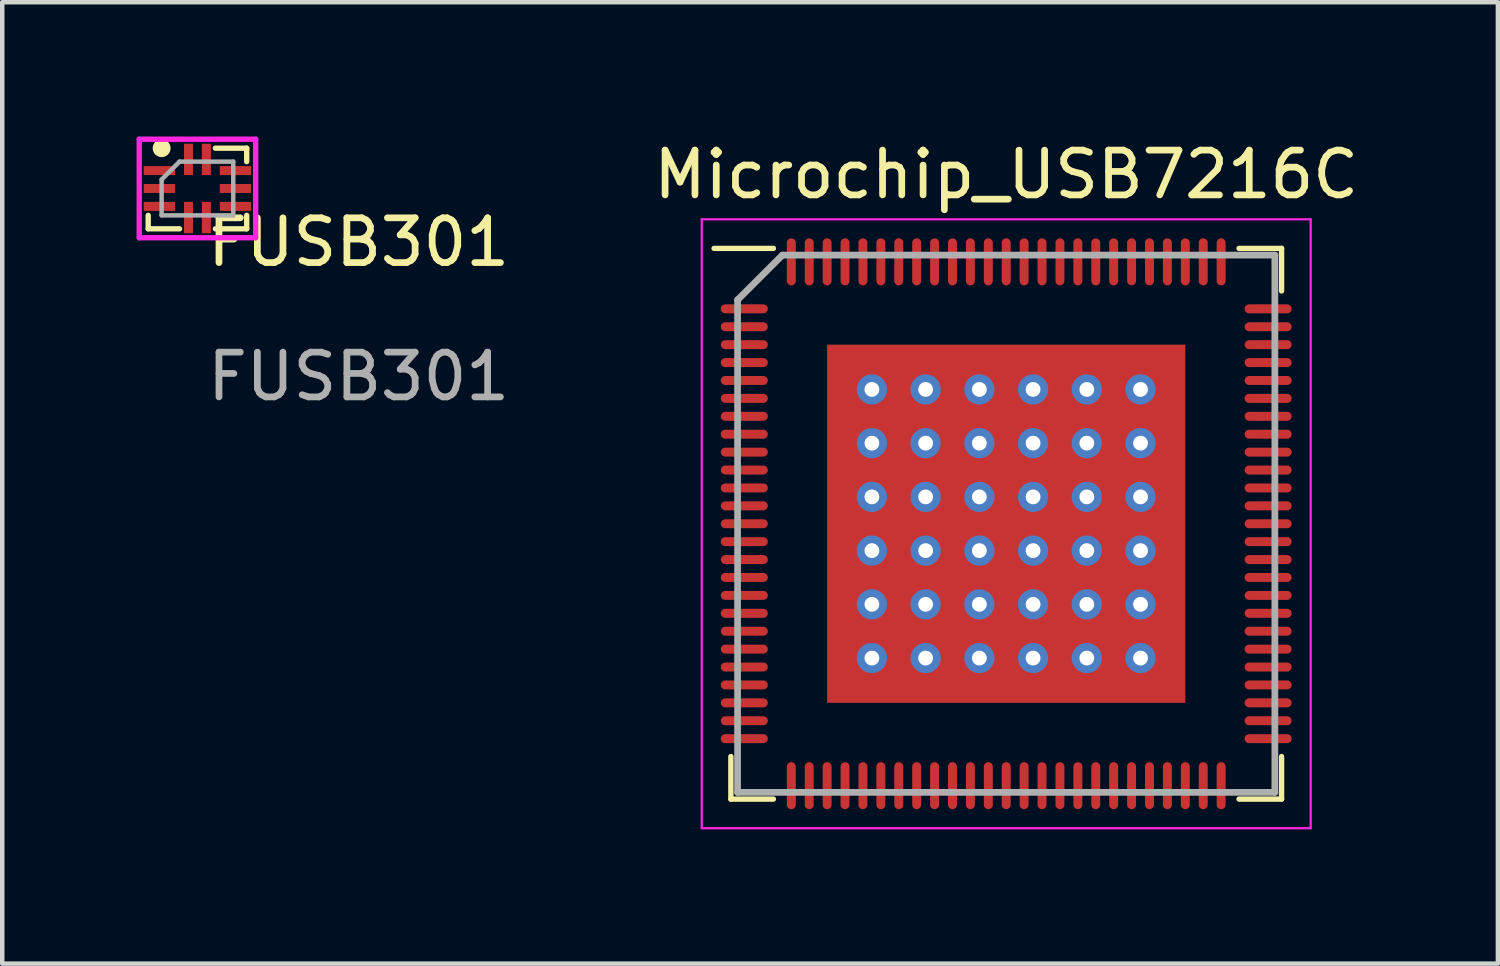
<source format=kicad_pcb>
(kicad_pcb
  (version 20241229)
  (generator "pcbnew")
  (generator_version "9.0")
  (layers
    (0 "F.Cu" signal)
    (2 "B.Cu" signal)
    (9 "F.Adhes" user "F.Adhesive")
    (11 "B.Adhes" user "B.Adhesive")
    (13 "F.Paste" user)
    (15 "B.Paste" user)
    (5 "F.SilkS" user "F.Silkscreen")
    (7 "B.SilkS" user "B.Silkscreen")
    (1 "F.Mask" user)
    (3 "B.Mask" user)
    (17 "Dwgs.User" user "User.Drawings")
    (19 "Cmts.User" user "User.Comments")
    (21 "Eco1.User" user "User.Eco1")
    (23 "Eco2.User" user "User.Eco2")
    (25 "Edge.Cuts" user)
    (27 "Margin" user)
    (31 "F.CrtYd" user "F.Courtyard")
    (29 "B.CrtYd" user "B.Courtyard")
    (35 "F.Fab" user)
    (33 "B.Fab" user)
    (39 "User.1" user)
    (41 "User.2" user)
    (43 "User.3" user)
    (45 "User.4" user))
  (footprint "FUSB301"
    (layer "F.Cu")
    (at 1.36 1.16)
    (property "Reference" "FUSB301" (at 3.6 1.2 0) (unlocked yes) (layer "F.SilkS") (effects (font (size 1 1) (thickness 0.15))))
    (fp_line (start -1.1 0.9) (end -1.1 0.6) (stroke (width 0.12) (type solid)) (layer "F.SilkS"))
    (fp_line (start -0.4 0.9) (end -1.1 0.9) (stroke (width 0.12) (type solid)) (layer "F.SilkS"))
    (fp_line (start 0.4 -0.9) (end 1.1 -0.9) (stroke (width 0.12) (type solid)) (layer "F.SilkS"))
    (fp_line (start 1.1 -0.9) (end 1.1 -0.6) (stroke (width 0.12) (type solid)) (layer "F.SilkS"))
    (fp_line (start 1.1 0.6) (end 1.1 0.9) (stroke (width 0.12) (type solid)) (layer "F.SilkS"))
    (fp_line (start 1.1 0.9) (end 0.4 0.9) (stroke (width 0.12) (type solid)) (layer "F.SilkS"))
    (fp_circle (center -0.8 -0.9) (end -0.7 -0.9) (stroke (width 0.2) (type solid)) (fill no) (layer "F.SilkS"))
    (fp_line (start -1.3 -1.1) (end 1.3 -1.1) (stroke (width 0.12) (type solid)) (layer "F.CrtYd"))
    (fp_line (start -1.3 1.1) (end -1.3 -1.1) (stroke (width 0.12) (type solid)) (layer "F.CrtYd"))
    (fp_line (start 1.3 -1.1) (end 1.3 1.1) (stroke (width 0.12) (type solid)) (layer "F.CrtYd"))
    (fp_line (start 1.3 1.1) (end -1.3 1.1) (stroke (width 0.12) (type solid)) (layer "F.CrtYd"))
    (fp_line (start -0.8 -0.2) (end -0.8 0.6) (stroke (width 0.1) (type solid)) (layer "F.Fab"))
    (fp_line (start -0.8 -0.2) (end -0.4 -0.6) (stroke (width 0.1) (type solid)) (layer "F.Fab"))
    (fp_line (start -0.8 0.6) (end 0.8 0.6) (stroke (width 0.1) (type solid)) (layer "F.Fab"))
    (fp_line (start -0.4 -0.6) (end 0.8 -0.6) (stroke (width 0.1) (type solid)) (layer "F.Fab"))
    (fp_line (start 0.8 -0.6) (end 0.8 0.6) (stroke (width 0.1) (type solid)) (layer "F.Fab"))
    (fp_text user "${REFERENCE}" (at 3.6 4.2 0) (unlocked yes) (layer "F.Fab") (effects (font (size 1 1) (thickness 0.15))))
    (pad "1" smd rect (at -0.85 -0.4) (size 0.7 0.2) (layers "F.Cu" "F.Mask" "F.Paste"))
    (pad "2" smd rect (at -0.85 0) (size 0.7 0.2) (layers "F.Cu" "F.Mask" "F.Paste"))
    (pad "3" smd rect (at -0.85 0.4) (size 0.7 0.2) (layers "F.Cu" "F.Mask" "F.Paste"))
    (pad "4" smd rect (at -0.2 0.65) (size 0.2 0.7) (layers "F.Cu" "F.Mask" "F.Paste"))
    (pad "5" smd rect (at 0.2 0.65) (size 0.2 0.7) (layers "F.Cu" "F.Mask" "F.Paste"))
    (pad "6" smd rect (at 0.85 0.4) (size 0.7 0.2) (layers "F.Cu" "F.Mask" "F.Paste"))
    (pad "7" smd rect (at 0.85 0) (size 0.7 0.2) (layers "F.Cu" "F.Mask" "F.Paste"))
    (pad "8" smd rect (at 0.85 -0.4) (size 0.7 0.2) (layers "F.Cu" "F.Mask" "F.Paste"))
    (pad "9" smd rect (at 0.2 -0.65) (size 0.2 0.7) (layers "F.Cu" "F.Mask" "F.Paste"))
    (pad "10" smd rect (at -0.2 -0.65) (size 0.2 0.7) (layers "F.Cu" "F.Mask" "F.Paste")))
  (footprint "Microchip_USB7216C"
    (layer "F.Cu")
    (at 19.424 8.648)
    (property "Reference" "Microchip_USB7216C" (at 0 -7.8 0) (layer "F.SilkS") (effects (font (size 1 1) (thickness 0.15))))
    (attr through_hole)
    (fp_line (start -6.15 6.15) (end -6.15 5.2) (stroke (width 0.12) (type solid)) (layer "F.SilkS"))
    (fp_line (start -5.2 -6.15) (end -6.525 -6.15) (stroke (width 0.12) (type solid)) (layer "F.SilkS"))
    (fp_line (start -5.2 6.15) (end -6.15 6.15) (stroke (width 0.12) (type solid)) (layer "F.SilkS"))
    (fp_line (start 5.2 -6.15) (end 6.15 -6.15) (stroke (width 0.12) (type solid)) (layer "F.SilkS"))
    (fp_line (start 5.2 6.15) (end 6.15 6.15) (stroke (width 0.12) (type solid)) (layer "F.SilkS"))
    (fp_line (start 6.15 -6.15) (end 6.15 -5.2) (stroke (width 0.12) (type solid)) (layer "F.SilkS"))
    (fp_line (start 6.15 6.15) (end 6.15 5.2) (stroke (width 0.12) (type solid)) (layer "F.SilkS"))
    (fp_line (start -6.8 -6.8) (end 6.8 -6.8) (stroke (width 0.05) (type solid)) (layer "F.CrtYd"))
    (fp_line (start -6.8 6.8) (end -6.8 -6.8) (stroke (width 0.05) (type solid)) (layer "F.CrtYd"))
    (fp_line (start 6.8 -6.8) (end 6.8 6.8) (stroke (width 0.05) (type solid)) (layer "F.CrtYd"))
    (fp_line (start 6.8 6.8) (end -6.8 6.8) (stroke (width 0.05) (type solid)) (layer "F.CrtYd"))
    (fp_line (start -6 -5) (end -6 6) (stroke (width 0.15) (type solid)) (layer "F.Fab"))
    (fp_line (start -6 6) (end 6 6) (stroke (width 0.15) (type solid)) (layer "F.Fab"))
    (fp_line (start -5 -6) (end -6 -5) (stroke (width 0.15) (type solid)) (layer "F.Fab"))
    (fp_line (start 6 -6) (end -5 -6) (stroke (width 0.15) (type solid)) (layer "F.Fab"))
    (fp_line (start 6 6) (end 6 -6) (stroke (width 0.15) (type solid)) (layer "F.Fab"))
    (pad "1" smd oval (at -5.85 -4.8 90) (size 0.2 1.05) (layers "F.Cu" "F.Mask" "F.Paste"))
    (pad "2" smd oval (at -5.85 -4.4 90) (size 0.2 1.05) (layers "F.Cu" "F.Mask" "F.Paste"))
    (pad "3" smd oval (at -5.85 -4 90) (size 0.2 1.05) (layers "F.Cu" "F.Mask" "F.Paste"))
    (pad "4" smd oval (at -5.85 -3.6 90) (size 0.2 1.05) (layers "F.Cu" "F.Mask" "F.Paste"))
    (pad "5" smd oval (at -5.85 -3.2 90) (size 0.2 1.05) (layers "F.Cu" "F.Mask" "F.Paste"))
    (pad "6" smd oval (at -5.85 -2.8 90) (size 0.2 1.05) (layers "F.Cu" "F.Mask" "F.Paste"))
    (pad "7" smd oval (at -5.85 -2.4 90) (size 0.2 1.05) (layers "F.Cu" "F.Mask" "F.Paste"))
    (pad "8" smd oval (at -5.85 -2 90) (size 0.2 1.05) (layers "F.Cu" "F.Mask" "F.Paste"))
    (pad "9" smd oval (at -5.85 -1.6 90) (size 0.2 1.05) (layers "F.Cu" "F.Mask" "F.Paste"))
    (pad "10" smd oval (at -5.85 -1.2 90) (size 0.2 1.05) (layers "F.Cu" "F.Mask" "F.Paste"))
    (pad "11" smd oval (at -5.85 -0.8 90) (size 0.2 1.05) (layers "F.Cu" "F.Mask" "F.Paste"))
    (pad "12" smd oval (at -5.85 -0.4 90) (size 0.2 1.05) (layers "F.Cu" "F.Mask" "F.Paste"))
    (pad "13" smd oval (at -5.85 0 90) (size 0.2 1.05) (layers "F.Cu" "F.Mask" "F.Paste"))
    (pad "14" smd oval (at -5.85 0.4 90) (size 0.2 1.05) (layers "F.Cu" "F.Mask" "F.Paste"))
    (pad "15" smd oval (at -5.85 0.8 90) (size 0.2 1.05) (layers "F.Cu" "F.Mask" "F.Paste"))
    (pad "16" smd oval (at -5.85 1.2 90) (size 0.2 1.05) (layers "F.Cu" "F.Mask" "F.Paste"))
    (pad "17" smd oval (at -5.85 1.6 90) (size 0.2 1.05) (layers "F.Cu" "F.Mask" "F.Paste"))
    (pad "18" smd oval (at -5.85 2 90) (size 0.2 1.05) (layers "F.Cu" "F.Mask" "F.Paste"))
    (pad "19" smd oval (at -5.85 2.4 90) (size 0.2 1.05) (layers "F.Cu" "F.Mask" "F.Paste"))
    (pad "20" smd oval (at -5.85 2.8 90) (size 0.2 1.05) (layers "F.Cu" "F.Mask" "F.Paste"))
    (pad "21" smd oval (at -5.85 3.2 90) (size 0.2 1.05) (layers "F.Cu" "F.Mask" "F.Paste"))
    (pad "22" smd oval (at -5.85 3.6 90) (size 0.2 1.05) (layers "F.Cu" "F.Mask" "F.Paste"))
    (pad "23" smd oval (at -5.85 4 90) (size 0.2 1.05) (layers "F.Cu" "F.Mask" "F.Paste"))
    (pad "24" smd oval (at -5.85 4.4 90) (size 0.2 1.05) (layers "F.Cu" "F.Mask" "F.Paste"))
    (pad "25" smd oval (at -5.85 4.8 90) (size 0.2 1.05) (layers "F.Cu" "F.Mask" "F.Paste"))
    (pad "26" smd oval (at -4.8 5.85) (size 0.2 1.05) (layers "F.Cu" "F.Mask" "F.Paste"))
    (pad "27" smd oval (at -4.4 5.85) (size 0.2 1.05) (layers "F.Cu" "F.Mask" "F.Paste"))
    (pad "28" smd oval (at -4 5.85) (size 0.2 1.05) (layers "F.Cu" "F.Mask" "F.Paste"))
    (pad "29" smd oval (at -3.6 5.85) (size 0.2 1.05) (layers "F.Cu" "F.Mask" "F.Paste"))
    (pad "30" smd oval (at -3.2 5.85) (size 0.2 1.05) (layers "F.Cu" "F.Mask" "F.Paste"))
    (pad "31" smd oval (at -2.8 5.85) (size 0.2 1.05) (layers "F.Cu" "F.Mask" "F.Paste"))
    (pad "32" smd oval (at -2.4 5.85) (size 0.2 1.05) (layers "F.Cu" "F.Mask" "F.Paste"))
    (pad "33" smd oval (at -2 5.85) (size 0.2 1.05) (layers "F.Cu" "F.Mask" "F.Paste"))
    (pad "34" smd oval (at -1.6 5.85) (size 0.2 1.05) (layers "F.Cu" "F.Mask" "F.Paste"))
    (pad "35" smd oval (at -1.2 5.85) (size 0.2 1.05) (layers "F.Cu" "F.Mask" "F.Paste"))
    (pad "36" smd oval (at -0.8 5.85) (size 0.2 1.05) (layers "F.Cu" "F.Mask" "F.Paste"))
    (pad "37" smd oval (at -0.4 5.85) (size 0.2 1.05) (layers "F.Cu" "F.Mask" "F.Paste"))
    (pad "38" smd oval (at 0 5.85) (size 0.2 1.05) (layers "F.Cu" "F.Mask" "F.Paste"))
    (pad "39" smd oval (at 0.4 5.85) (size 0.2 1.05) (layers "F.Cu" "F.Mask" "F.Paste"))
    (pad "40" smd oval (at 0.8 5.85) (size 0.2 1.05) (layers "F.Cu" "F.Mask" "F.Paste"))
    (pad "41" smd oval (at 1.2 5.85) (size 0.2 1.05) (layers "F.Cu" "F.Mask" "F.Paste"))
    (pad "42" smd oval (at 1.6 5.85) (size 0.2 1.05) (layers "F.Cu" "F.Mask" "F.Paste"))
    (pad "43" smd oval (at 2 5.85) (size 0.2 1.05) (layers "F.Cu" "F.Mask" "F.Paste"))
    (pad "44" smd oval (at 2.4 5.85) (size 0.2 1.05) (layers "F.Cu" "F.Mask" "F.Paste"))
    (pad "45" smd oval (at 2.8 5.85) (size 0.2 1.05) (layers "F.Cu" "F.Mask" "F.Paste"))
    (pad "46" smd oval (at 3.2 5.85) (size 0.2 1.05) (layers "F.Cu" "F.Mask" "F.Paste"))
    (pad "47" smd oval (at 3.6 5.85) (size 0.2 1.05) (layers "F.Cu" "F.Mask" "F.Paste"))
    (pad "48" smd oval (at 4 5.85) (size 0.2 1.05) (layers "F.Cu" "F.Mask" "F.Paste"))
    (pad "49" smd oval (at 4.4 5.85) (size 0.2 1.05) (layers "F.Cu" "F.Mask" "F.Paste"))
    (pad "50" smd oval (at 4.8 5.85) (size 0.2 1.05) (layers "F.Cu" "F.Mask" "F.Paste"))
    (pad "51" smd oval (at 5.85 4.8 90) (size 0.2 1.05) (layers "F.Cu" "F.Mask" "F.Paste"))
    (pad "52" smd oval (at 5.85 4.4 90) (size 0.2 1.05) (layers "F.Cu" "F.Mask" "F.Paste"))
    (pad "53" smd oval (at 5.85 4 90) (size 0.2 1.05) (layers "F.Cu" "F.Mask" "F.Paste"))
    (pad "54" smd oval (at 5.85 3.6 90) (size 0.2 1.05) (layers "F.Cu" "F.Mask" "F.Paste"))
    (pad "55" smd oval (at 5.85 3.2 90) (size 0.2 1.05) (layers "F.Cu" "F.Mask" "F.Paste"))
    (pad "56" smd oval (at 5.85 2.8 90) (size 0.2 1.05) (layers "F.Cu" "F.Mask" "F.Paste"))
    (pad "57" smd oval (at 5.85 2.4 90) (size 0.2 1.05) (layers "F.Cu" "F.Mask" "F.Paste"))
    (pad "58" smd oval (at 5.85 2 90) (size 0.2 1.05) (layers "F.Cu" "F.Mask" "F.Paste"))
    (pad "59" smd oval (at 5.85 1.6 90) (size 0.2 1.05) (layers "F.Cu" "F.Mask" "F.Paste"))
    (pad "60" smd oval (at 5.85 1.2 90) (size 0.2 1.05) (layers "F.Cu" "F.Mask" "F.Paste"))
    (pad "61" smd oval (at 5.85 0.8 90) (size 0.2 1.05) (layers "F.Cu" "F.Mask" "F.Paste"))
    (pad "62" smd oval (at 5.85 0.4 90) (size 0.2 1.05) (layers "F.Cu" "F.Mask" "F.Paste"))
    (pad "63" smd oval (at 5.85 0 90) (size 0.2 1.05) (layers "F.Cu" "F.Mask" "F.Paste"))
    (pad "64" smd oval (at 5.85 -0.4 90) (size 0.2 1.05) (layers "F.Cu" "F.Mask" "F.Paste"))
    (pad "65" smd oval (at 5.85 -0.8 90) (size 0.2 1.05) (layers "F.Cu" "F.Mask" "F.Paste"))
    (pad "66" smd oval (at 5.85 -1.2 90) (size 0.2 1.05) (layers "F.Cu" "F.Mask" "F.Paste"))
    (pad "67" smd oval (at 5.85 -1.6 90) (size 0.2 1.05) (layers "F.Cu" "F.Mask" "F.Paste"))
    (pad "68" smd oval (at 5.85 -2 90) (size 0.2 1.05) (layers "F.Cu" "F.Mask" "F.Paste"))
    (pad "69" smd oval (at 5.85 -2.4 90) (size 0.2 1.05) (layers "F.Cu" "F.Mask" "F.Paste"))
    (pad "70" smd oval (at 5.85 -2.8 90) (size 0.2 1.05) (layers "F.Cu" "F.Mask" "F.Paste"))
    (pad "71" smd oval (at 5.85 -3.2 90) (size 0.2 1.05) (layers "F.Cu" "F.Mask" "F.Paste"))
    (pad "72" smd oval (at 5.85 -3.6 90) (size 0.2 1.05) (layers "F.Cu" "F.Mask" "F.Paste"))
    (pad "73" smd oval (at 5.85 -4 90) (size 0.2 1.05) (layers "F.Cu" "F.Mask" "F.Paste"))
    (pad "74" smd oval (at 5.85 -4.4 90) (size 0.2 1.05) (layers "F.Cu" "F.Mask" "F.Paste"))
    (pad "75" smd oval (at 5.85 -4.8 90) (size 0.2 1.05) (layers "F.Cu" "F.Mask" "F.Paste"))
    (pad "76" smd oval (at 4.8 -5.85) (size 0.2 1.05) (layers "F.Cu" "F.Mask" "F.Paste"))
    (pad "77" smd oval (at 4.4 -5.85) (size 0.2 1.05) (layers "F.Cu" "F.Mask" "F.Paste"))
    (pad "78" smd oval (at 4 -5.85) (size 0.2 1.05) (layers "F.Cu" "F.Mask" "F.Paste"))
    (pad "79" smd oval (at 3.6 -5.85) (size 0.2 1.05) (layers "F.Cu" "F.Mask" "F.Paste"))
    (pad "80" smd oval (at 3.2 -5.85) (size 0.2 1.05) (layers "F.Cu" "F.Mask" "F.Paste"))
    (pad "81" smd oval (at 2.8 -5.85) (size 0.2 1.05) (layers "F.Cu" "F.Mask" "F.Paste"))
    (pad "82" smd oval (at 2.4 -5.85) (size 0.2 1.05) (layers "F.Cu" "F.Mask" "F.Paste"))
    (pad "83" smd oval (at 2 -5.85) (size 0.2 1.05) (layers "F.Cu" "F.Mask" "F.Paste"))
    (pad "84" smd oval (at 1.6 -5.85) (size 0.2 1.05) (layers "F.Cu" "F.Mask" "F.Paste"))
    (pad "85" smd oval (at 1.2 -5.85) (size 0.2 1.05) (layers "F.Cu" "F.Mask" "F.Paste"))
    (pad "86" smd oval (at 0.8 -5.85) (size 0.2 1.05) (layers "F.Cu" "F.Mask" "F.Paste"))
    (pad "87" smd oval (at 0.4 -5.85) (size 0.2 1.05) (layers "F.Cu" "F.Mask" "F.Paste"))
    (pad "88" smd oval (at 0 -5.85) (size 0.2 1.05) (layers "F.Cu" "F.Mask" "F.Paste"))
    (pad "89" smd oval (at -0.4 -5.85) (size 0.2 1.05) (layers "F.Cu" "F.Mask" "F.Paste"))
    (pad "90" smd oval (at -0.8 -5.85) (size 0.2 1.05) (layers "F.Cu" "F.Mask" "F.Paste"))
    (pad "91" smd oval (at -1.2 -5.85) (size 0.2 1.05) (layers "F.Cu" "F.Mask" "F.Paste"))
    (pad "92" smd oval (at -1.6 -5.85) (size 0.2 1.05) (layers "F.Cu" "F.Mask" "F.Paste"))
    (pad "93" smd oval (at -2 -5.85) (size 0.2 1.05) (layers "F.Cu" "F.Mask" "F.Paste"))
    (pad "94" smd oval (at -2.4 -5.85) (size 0.2 1.05) (layers "F.Cu" "F.Mask" "F.Paste"))
    (pad "95" smd oval (at -2.8 -5.85) (size 0.2 1.05) (layers "F.Cu" "F.Mask" "F.Paste"))
    (pad "96" smd oval (at -3.2 -5.85) (size 0.2 1.05) (layers "F.Cu" "F.Mask" "F.Paste"))
    (pad "97" smd oval (at -3.6 -5.85) (size 0.2 1.05) (layers "F.Cu" "F.Mask" "F.Paste"))
    (pad "98" smd oval (at -4 -5.85) (size 0.2 1.05) (layers "F.Cu" "F.Mask" "F.Paste"))
    (pad "99" smd oval (at -4.4 -5.85) (size 0.2 1.05) (layers "F.Cu" "F.Mask" "F.Paste"))
    (pad "100" smd oval (at -4.8 -5.85) (size 0.2 1.05) (layers "F.Cu" "F.Mask" "F.Paste"))
    (pad "101" thru_hole circle (at -3 -3) (size 0.675 0.675) (drill 0.33) (layers "*.Cu" "*.Mask"))
    (pad "101" thru_hole circle (at -3 -1.8) (size 0.675 0.675) (drill 0.33) (layers "*.Cu" "*.Mask"))
    (pad "101" thru_hole circle (at -3 -0.6) (size 0.675 0.675) (drill 0.33) (layers "*.Cu" "*.Mask"))
    (pad "101" thru_hole circle (at -3 0.6) (size 0.675 0.675) (drill 0.33) (layers "*.Cu" "*.Mask"))
    (pad "101" thru_hole circle (at -3 1.8) (size 0.675 0.675) (drill 0.33) (layers "*.Cu" "*.Mask"))
    (pad "101" thru_hole circle (at -3 3) (size 0.675 0.675) (drill 0.33) (layers "*.Cu" "*.Mask"))
    (pad "101" thru_hole circle (at -1.8 -3) (size 0.675 0.675) (drill 0.33) (layers "*.Cu" "*.Mask"))
    (pad "101" thru_hole circle (at -1.8 -1.8) (size 0.675 0.675) (drill 0.33) (layers "*.Cu" "*.Mask"))
    (pad "101" thru_hole circle (at -1.8 -0.6) (size 0.675 0.675) (drill 0.33) (layers "*.Cu" "*.Mask"))
    (pad "101" thru_hole circle (at -1.8 0.6) (size 0.675 0.675) (drill 0.33) (layers "*.Cu" "*.Mask"))
    (pad "101" thru_hole circle (at -1.8 1.8) (size 0.675 0.675) (drill 0.33) (layers "*.Cu" "*.Mask"))
    (pad "101" thru_hole circle (at -1.8 3) (size 0.675 0.675) (drill 0.33) (layers "*.Cu" "*.Mask"))
    (pad "101" thru_hole circle (at -0.6 -3) (size 0.675 0.675) (drill 0.33) (layers "*.Cu" "*.Mask"))
    (pad "101" thru_hole circle (at -0.6 -1.8) (size 0.675 0.675) (drill 0.33) (layers "*.Cu" "*.Mask"))
    (pad "101" thru_hole circle (at -0.6 -0.6) (size 0.675 0.675) (drill 0.33) (layers "*.Cu" "*.Mask"))
    (pad "101" thru_hole circle (at -0.6 0.6) (size 0.675 0.675) (drill 0.33) (layers "*.Cu" "*.Mask"))
    (pad "101" thru_hole circle (at -0.6 1.8) (size 0.675 0.675) (drill 0.33) (layers "*.Cu" "*.Mask"))
    (pad "101" thru_hole circle (at -0.6 3) (size 0.675 0.675) (drill 0.33) (layers "*.Cu" "*.Mask"))
    (pad "101" smd rect (at 0 0) (size 8 8) (layers "F.Cu" "F.Mask" "F.Paste"))
    (pad "101" thru_hole circle (at 0.6 -3) (size 0.675 0.675) (drill 0.33) (layers "*.Cu" "*.Mask"))
    (pad "101" thru_hole circle (at 0.6 -1.8) (size 0.675 0.675) (drill 0.33) (layers "*.Cu" "*.Mask"))
    (pad "101" thru_hole circle (at 0.6 -0.6) (size 0.675 0.675) (drill 0.33) (layers "*.Cu" "*.Mask"))
    (pad "101" thru_hole circle (at 0.6 0.6) (size 0.675 0.675) (drill 0.33) (layers "*.Cu" "*.Mask"))
    (pad "101" thru_hole circle (at 0.6 1.8) (size 0.675 0.675) (drill 0.33) (layers "*.Cu" "*.Mask"))
    (pad "101" thru_hole circle (at 0.6 3) (size 0.675 0.675) (drill 0.33) (layers "*.Cu" "*.Mask"))
    (pad "101" thru_hole circle (at 1.8 -3) (size 0.675 0.675) (drill 0.33) (layers "*.Cu" "*.Mask"))
    (pad "101" thru_hole circle (at 1.8 -1.8) (size 0.675 0.675) (drill 0.33) (layers "*.Cu" "*.Mask"))
    (pad "101" thru_hole circle (at 1.8 -0.6) (size 0.675 0.675) (drill 0.33) (layers "*.Cu" "*.Mask"))
    (pad "101" thru_hole circle (at 1.8 0.6) (size 0.675 0.675) (drill 0.33) (layers "*.Cu" "*.Mask"))
    (pad "101" thru_hole circle (at 1.8 1.8) (size 0.675 0.675) (drill 0.33) (layers "*.Cu" "*.Mask"))
    (pad "101" thru_hole circle (at 1.8 3) (size 0.675 0.675) (drill 0.33) (layers "*.Cu" "*.Mask"))
    (pad "101" thru_hole circle (at 3 -3) (size 0.675 0.675) (drill 0.33) (layers "*.Cu" "*.Mask"))
    (pad "101" thru_hole circle (at 3 -1.8) (size 0.675 0.675) (drill 0.33) (layers "*.Cu" "*.Mask"))
    (pad "101" thru_hole circle (at 3 -0.6) (size 0.675 0.675) (drill 0.33) (layers "*.Cu" "*.Mask"))
    (pad "101" thru_hole circle (at 3 0.6) (size 0.675 0.675) (drill 0.33) (layers "*.Cu" "*.Mask"))
    (pad "101" thru_hole circle (at 3 1.8) (size 0.675 0.675) (drill 0.33) (layers "*.Cu" "*.Mask"))
    (pad "101" thru_hole circle (at 3 3) (size 0.675 0.675) (drill 0.33) (layers "*.Cu" "*.Mask")))
  (gr_rect
    (start -3 -3)
    (end 30.406 18.473)
    (stroke (width 0.1) (type default))
    (fill no)
    (layer "Edge.Cuts")))
</source>
